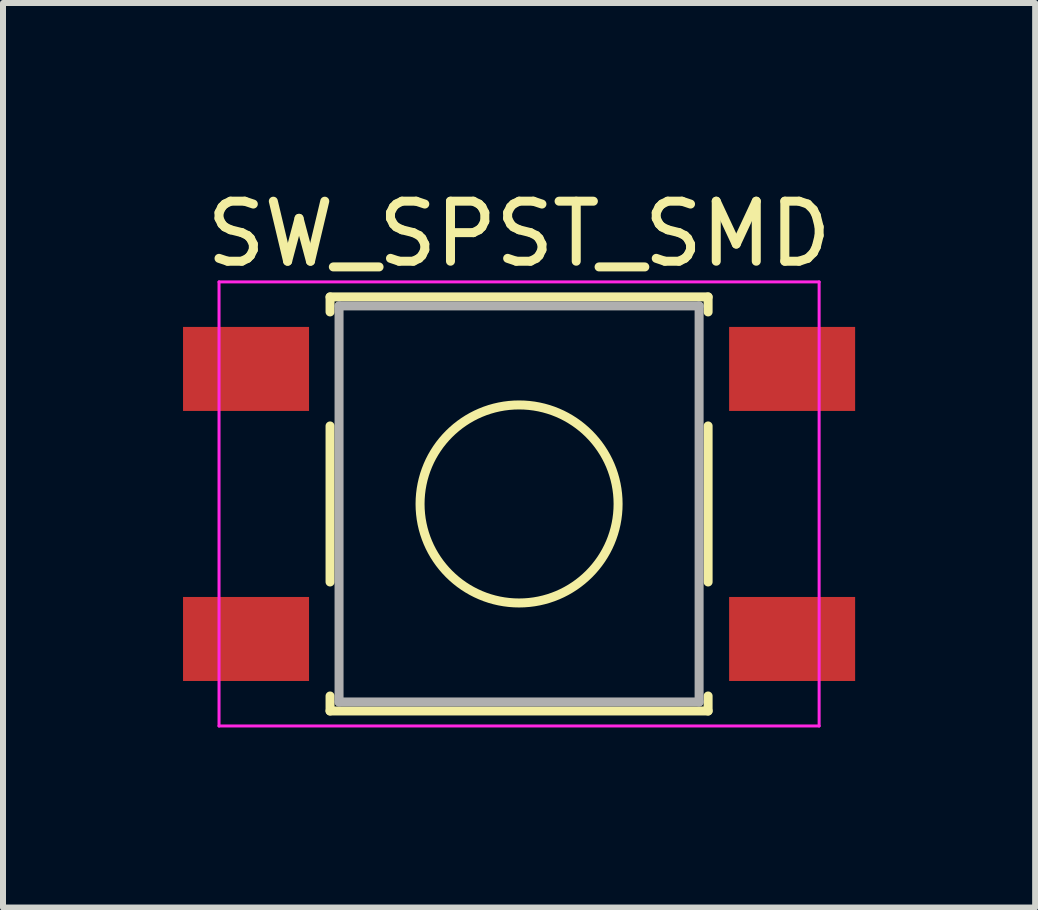
<source format=kicad_pcb>
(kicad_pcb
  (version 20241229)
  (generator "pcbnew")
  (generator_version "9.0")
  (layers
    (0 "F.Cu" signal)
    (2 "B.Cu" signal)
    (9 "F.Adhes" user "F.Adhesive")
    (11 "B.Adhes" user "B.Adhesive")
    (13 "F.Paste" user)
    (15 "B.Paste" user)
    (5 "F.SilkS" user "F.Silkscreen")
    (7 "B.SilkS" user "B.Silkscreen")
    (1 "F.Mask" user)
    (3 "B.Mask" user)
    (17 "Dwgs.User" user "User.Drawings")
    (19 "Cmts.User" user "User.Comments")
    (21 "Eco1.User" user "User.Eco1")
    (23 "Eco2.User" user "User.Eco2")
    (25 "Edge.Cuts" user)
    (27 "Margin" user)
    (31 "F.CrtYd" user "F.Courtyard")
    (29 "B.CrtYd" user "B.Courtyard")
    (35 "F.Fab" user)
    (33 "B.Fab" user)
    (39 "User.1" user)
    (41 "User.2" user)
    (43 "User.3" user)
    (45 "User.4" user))
  (footprint "SW_SPST_SMD"
    (layer "F.Cu")
    (at 5.6 5.348)
    (property "Reference" "SW_SPST_SMD" (at 0 -4.5 0) (layer "F.SilkS") (effects (font (size 1 1) (thickness 0.15))))
    (attr smd)
    (fp_line (start -3.15 -3.45) (end 3.15 -3.45) (stroke (width 0.15) (type solid)) (layer "F.SilkS"))
    (fp_line (start -3.15 -3.2) (end -3.15 -3.45) (stroke (width 0.15) (type solid)) (layer "F.SilkS"))
    (fp_line (start -3.15 1.3) (end -3.15 -1.3) (stroke (width 0.15) (type solid)) (layer "F.SilkS"))
    (fp_line (start -3.15 3.45) (end -3.15 3.2) (stroke (width 0.15) (type solid)) (layer "F.SilkS"))
    (fp_line (start 3.15 -3.45) (end 3.15 -3.2) (stroke (width 0.15) (type solid)) (layer "F.SilkS"))
    (fp_line (start 3.15 -1.3) (end 3.15 1.3) (stroke (width 0.15) (type solid)) (layer "F.SilkS"))
    (fp_line (start 3.15 3.2) (end 3.15 3.45) (stroke (width 0.15) (type solid)) (layer "F.SilkS"))
    (fp_line (start 3.15 3.45) (end -3.15 3.45) (stroke (width 0.15) (type solid)) (layer "F.SilkS"))
    (fp_circle (center 0 0) (end 1.65 0) (stroke (width 0.15) (type solid)) (fill no) (layer "F.SilkS"))
    (fp_line (start -5 -3.7) (end -5 3.7) (stroke (width 0.05) (type solid)) (layer "F.CrtYd"))
    (fp_line (start -5 3.7) (end 5 3.7) (stroke (width 0.05) (type solid)) (layer "F.CrtYd"))
    (fp_line (start 5 -3.7) (end -5 -3.7) (stroke (width 0.05) (type solid)) (layer "F.CrtYd"))
    (fp_line (start 5 3.7) (end 5 -3.7) (stroke (width 0.05) (type solid)) (layer "F.CrtYd"))
    (fp_line (start -3 -3.3) (end 3 -3.3) (stroke (width 0.15) (type solid)) (layer "F.Fab"))
    (fp_line (start -3 3.3) (end -3 -3.3) (stroke (width 0.15) (type solid)) (layer "F.Fab"))
    (fp_line (start 3 -3.3) (end 3 3.3) (stroke (width 0.15) (type solid)) (layer "F.Fab"))
    (fp_line (start 3 3.3) (end -3 3.3) (stroke (width 0.15) (type solid)) (layer "F.Fab"))
    (pad "1" smd rect (at -4.55 -2.25) (size 2.1 1.4) (layers "F.Cu" "F.Mask" "F.Paste"))
    (pad "1" smd rect (at 4.55 -2.25) (size 2.1 1.4) (layers "F.Cu" "F.Mask" "F.Paste"))
    (pad "2" smd rect (at -4.55 2.25) (size 2.1 1.4) (layers "F.Cu" "F.Mask" "F.Paste"))
    (pad "2" smd rect (at 4.55 2.25) (size 2.1 1.4) (layers "F.Cu" "F.Mask" "F.Paste")))
  (gr_rect
    (start -3 -3)
    (end 14.2 12.073)
    (stroke (width 0.1) (type default))
    (fill no)
    (layer "Edge.Cuts")))
</source>
